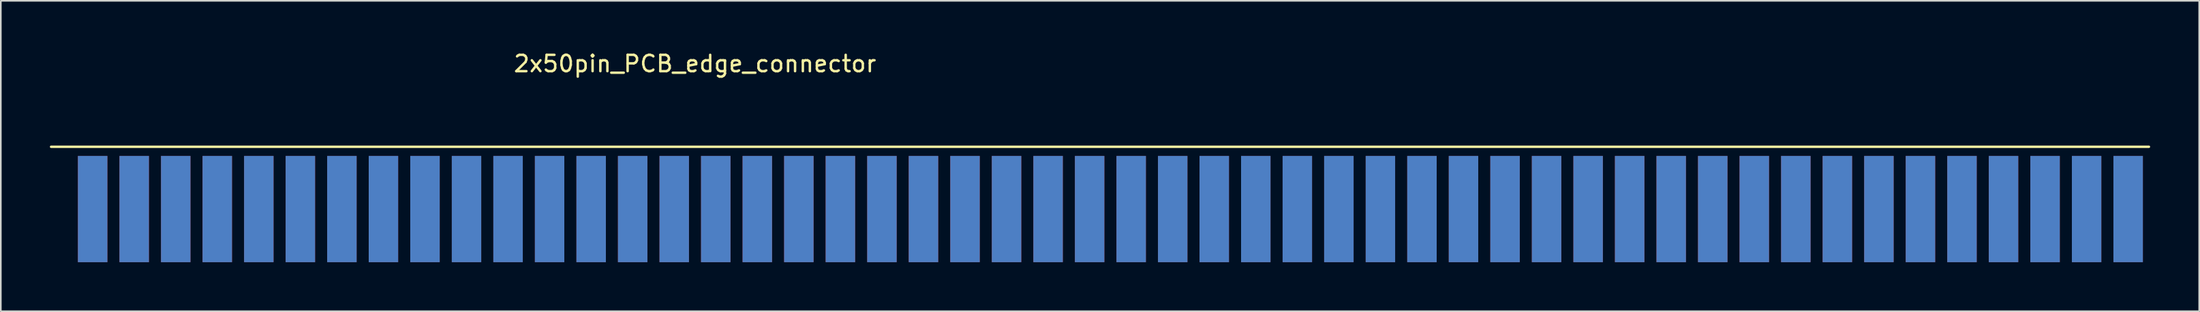
<source format=kicad_pcb>
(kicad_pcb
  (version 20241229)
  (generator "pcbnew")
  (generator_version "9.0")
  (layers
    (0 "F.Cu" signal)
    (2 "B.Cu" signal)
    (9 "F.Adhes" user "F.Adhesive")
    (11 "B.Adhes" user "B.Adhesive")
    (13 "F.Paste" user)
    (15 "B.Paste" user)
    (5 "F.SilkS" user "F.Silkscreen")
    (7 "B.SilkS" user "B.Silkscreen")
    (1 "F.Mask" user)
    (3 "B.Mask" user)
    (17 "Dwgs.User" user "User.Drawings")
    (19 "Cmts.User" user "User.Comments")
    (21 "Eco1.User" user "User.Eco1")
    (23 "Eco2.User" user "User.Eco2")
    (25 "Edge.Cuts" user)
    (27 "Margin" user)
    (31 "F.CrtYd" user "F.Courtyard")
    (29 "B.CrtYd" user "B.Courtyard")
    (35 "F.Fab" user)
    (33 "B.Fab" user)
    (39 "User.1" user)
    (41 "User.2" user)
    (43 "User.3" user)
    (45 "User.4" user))
  (footprint "2x50pin_PCB_edge_connector"
    (layer "F.Cu")
    (at 2.615 9.738)
    (property "Reference" "2x50pin_PCB_edge_connector" (at 36.83 -8.89 0) (layer "F.SilkS") (effects (font (size 1 1) (thickness 0.15))))
    (attr through_hole)
    (fp_line (start -2.54 -3.81) (end 125.73 -3.81) (stroke (width 0.15) (type solid)) (layer "F.SilkS"))
    (pad "1" connect rect (at 0 0) (size 1.8 6.5) (layers "F.Mask" "B.Cu"))
    (pad "2" connect rect (at 0 0) (size 1.8 6.5) (layers "F.Cu" "F.Mask"))
    (pad "3" connect rect (at 2.54 0) (size 1.8 6.5) (layers "F.Mask" "B.Cu"))
    (pad "4" connect rect (at 2.54 0) (size 1.8 6.5) (layers "F.Cu" "F.Mask"))
    (pad "5" connect rect (at 5.08 0) (size 1.8 6.5) (layers "F.Mask" "B.Cu"))
    (pad "6" connect rect (at 5.08 0) (size 1.8 6.5) (layers "F.Cu" "F.Mask"))
    (pad "7" connect rect (at 7.62 0) (size 1.8 6.5) (layers "F.Mask" "B.Cu"))
    (pad "8" connect rect (at 7.62 0) (size 1.8 6.5) (layers "F.Cu" "F.Mask"))
    (pad "9" connect rect (at 10.16 0) (size 1.8 6.5) (layers "F.Mask" "B.Cu"))
    (pad "10" connect rect (at 10.16 0) (size 1.8 6.5) (layers "F.Cu" "F.Mask"))
    (pad "11" connect rect (at 12.7 0) (size 1.8 6.5) (layers "F.Mask" "B.Cu"))
    (pad "12" connect rect (at 12.7 0) (size 1.8 6.5) (layers "F.Cu" "F.Mask"))
    (pad "13" connect rect (at 15.24 0) (size 1.8 6.5) (layers "F.Mask" "B.Cu"))
    (pad "14" connect rect (at 15.24 0) (size 1.8 6.5) (layers "F.Cu" "F.Mask"))
    (pad "15" connect rect (at 17.78 0) (size 1.8 6.5) (layers "F.Mask" "B.Cu"))
    (pad "16" connect rect (at 17.78 0) (size 1.8 6.5) (layers "F.Cu" "F.Mask"))
    (pad "17" connect rect (at 20.32 0) (size 1.8 6.5) (layers "F.Mask" "B.Cu"))
    (pad "18" connect rect (at 20.32 0) (size 1.8 6.5) (layers "F.Cu" "F.Mask"))
    (pad "19" connect rect (at 22.86 0) (size 1.8 6.5) (layers "F.Mask" "B.Cu"))
    (pad "20" connect rect (at 22.86 0) (size 1.8 6.5) (layers "F.Cu" "F.Mask"))
    (pad "21" connect rect (at 25.4 0) (size 1.8 6.5) (layers "F.Mask" "B.Cu"))
    (pad "22" connect rect (at 25.4 0) (size 1.8 6.5) (layers "F.Cu" "F.Mask"))
    (pad "23" connect rect (at 27.94 0) (size 1.8 6.5) (layers "F.Mask" "B.Cu"))
    (pad "24" connect rect (at 27.94 0) (size 1.8 6.5) (layers "F.Cu" "F.Mask"))
    (pad "25" connect rect (at 30.48 0) (size 1.8 6.5) (layers "F.Mask" "B.Cu"))
    (pad "26" connect rect (at 30.48 0) (size 1.8 6.5) (layers "F.Cu" "F.Mask"))
    (pad "27" connect rect (at 33.02 0) (size 1.8 6.5) (layers "F.Mask" "B.Cu"))
    (pad "28" connect rect (at 33.02 0) (size 1.8 6.5) (layers "F.Cu" "F.Mask"))
    (pad "29" connect rect (at 35.56 0) (size 1.8 6.5) (layers "F.Mask" "B.Cu"))
    (pad "30" connect rect (at 35.56 0) (size 1.8 6.5) (layers "F.Cu" "F.Mask"))
    (pad "31" connect rect (at 38.1 0) (size 1.8 6.5) (layers "F.Mask" "B.Cu"))
    (pad "32" connect rect (at 38.1 0) (size 1.8 6.5) (layers "F.Cu" "F.Mask"))
    (pad "33" connect rect (at 40.64 0) (size 1.8 6.5) (layers "F.Mask" "B.Cu"))
    (pad "34" connect rect (at 40.64 0) (size 1.8 6.5) (layers "F.Cu" "F.Mask"))
    (pad "35" connect rect (at 43.18 0) (size 1.8 6.5) (layers "F.Mask" "B.Cu"))
    (pad "36" connect rect (at 43.18 0) (size 1.8 6.5) (layers "F.Cu" "F.Mask"))
    (pad "37" connect rect (at 45.72 0) (size 1.8 6.5) (layers "F.Mask" "B.Cu"))
    (pad "38" connect rect (at 45.72 0) (size 1.8 6.5) (layers "F.Cu" "F.Mask"))
    (pad "39" connect rect (at 48.26 0) (size 1.8 6.5) (layers "F.Mask" "B.Cu"))
    (pad "40" connect rect (at 48.26 0) (size 1.8 6.5) (layers "F.Cu" "F.Mask"))
    (pad "41" connect rect (at 50.8 0) (size 1.8 6.5) (layers "F.Mask" "B.Cu"))
    (pad "42" connect rect (at 50.8 0) (size 1.8 6.5) (layers "F.Cu" "F.Mask"))
    (pad "43" connect rect (at 53.34 0) (size 1.8 6.5) (layers "F.Mask" "B.Cu"))
    (pad "44" connect rect (at 53.34 0) (size 1.8 6.5) (layers "F.Cu" "F.Mask"))
    (pad "45" connect rect (at 55.88 0) (size 1.8 6.5) (layers "F.Mask" "B.Cu"))
    (pad "46" connect rect (at 55.88 0) (size 1.8 6.5) (layers "F.Cu" "F.Mask"))
    (pad "47" connect rect (at 58.42 0) (size 1.8 6.5) (layers "F.Mask" "B.Cu"))
    (pad "48" connect rect (at 58.42 0) (size 1.8 6.5) (layers "F.Cu" "F.Mask"))
    (pad "49" connect rect (at 60.96 0) (size 1.8 6.5) (layers "F.Mask" "B.Cu"))
    (pad "50" connect rect (at 60.96 0) (size 1.8 6.5) (layers "F.Cu" "F.Mask"))
    (pad "51" connect rect (at 63.5 0) (size 1.8 6.5) (layers "F.Mask" "B.Cu"))
    (pad "52" connect rect (at 63.5 0) (size 1.8 6.5) (layers "F.Cu" "F.Mask"))
    (pad "53" connect rect (at 66.04 0) (size 1.8 6.5) (layers "F.Mask" "B.Cu"))
    (pad "54" connect rect (at 66.04 0) (size 1.8 6.5) (layers "F.Cu" "F.Mask"))
    (pad "55" connect rect (at 68.58 0) (size 1.8 6.5) (layers "F.Mask" "B.Cu"))
    (pad "56" connect rect (at 68.58 0) (size 1.8 6.5) (layers "F.Cu" "F.Mask"))
    (pad "57" connect rect (at 71.12 0) (size 1.8 6.5) (layers "F.Mask" "B.Cu"))
    (pad "58" connect rect (at 71.12 0) (size 1.8 6.5) (layers "F.Cu" "F.Mask"))
    (pad "59" connect rect (at 73.66 0) (size 1.8 6.5) (layers "F.Mask" "B.Cu"))
    (pad "60" connect rect (at 73.66 0) (size 1.8 6.5) (layers "F.Cu" "F.Mask"))
    (pad "61" connect rect (at 76.2 0) (size 1.8 6.5) (layers "F.Mask" "B.Cu"))
    (pad "62" connect rect (at 76.2 0) (size 1.8 6.5) (layers "F.Cu" "F.Mask"))
    (pad "63" connect rect (at 78.74 0) (size 1.8 6.5) (layers "F.Mask" "B.Cu"))
    (pad "64" connect rect (at 78.74 0) (size 1.8 6.5) (layers "F.Cu" "F.Mask"))
    (pad "65" connect rect (at 81.28 0) (size 1.8 6.5) (layers "F.Mask" "B.Cu"))
    (pad "66" connect rect (at 81.28 0) (size 1.8 6.5) (layers "F.Cu" "F.Mask"))
    (pad "67" connect rect (at 83.82 0) (size 1.8 6.5) (layers "F.Mask" "B.Cu"))
    (pad "68" connect rect (at 83.82 0) (size 1.8 6.5) (layers "F.Cu" "F.Mask"))
    (pad "69" connect rect (at 86.36 0) (size 1.8 6.5) (layers "F.Mask" "B.Cu"))
    (pad "70" connect rect (at 86.36 0) (size 1.8 6.5) (layers "F.Cu" "F.Mask"))
    (pad "71" connect rect (at 88.9 0) (size 1.8 6.5) (layers "F.Mask" "B.Cu"))
    (pad "72" connect rect (at 88.9 0) (size 1.8 6.5) (layers "F.Cu" "F.Mask"))
    (pad "73" connect rect (at 91.44 0) (size 1.8 6.5) (layers "F.Mask" "B.Cu"))
    (pad "74" connect rect (at 91.44 0) (size 1.8 6.5) (layers "F.Cu" "F.Mask"))
    (pad "75" connect rect (at 93.98 0) (size 1.8 6.5) (layers "F.Mask" "B.Cu"))
    (pad "76" connect rect (at 93.98 0) (size 1.8 6.5) (layers "F.Cu" "F.Mask"))
    (pad "77" connect rect (at 96.52 0) (size 1.8 6.5) (layers "F.Mask" "B.Cu"))
    (pad "78" connect rect (at 96.52 0) (size 1.8 6.5) (layers "F.Cu" "F.Mask"))
    (pad "79" connect rect (at 99.06 0) (size 1.8 6.5) (layers "F.Mask" "B.Cu"))
    (pad "80" connect rect (at 99.06 0) (size 1.8 6.5) (layers "F.Cu" "F.Mask"))
    (pad "81" connect rect (at 101.6 0) (size 1.8 6.5) (layers "F.Mask" "B.Cu"))
    (pad "82" connect rect (at 101.6 0) (size 1.8 6.5) (layers "F.Cu" "F.Mask"))
    (pad "83" connect rect (at 104.14 0) (size 1.8 6.5) (layers "F.Mask" "B.Cu"))
    (pad "84" connect rect (at 104.14 0) (size 1.8 6.5) (layers "F.Cu" "F.Mask"))
    (pad "85" connect rect (at 106.68 0) (size 1.8 6.5) (layers "F.Mask" "B.Cu"))
    (pad "86" connect rect (at 106.68 0) (size 1.8 6.5) (layers "F.Cu" "F.Mask"))
    (pad "87" connect rect (at 109.22 0) (size 1.8 6.5) (layers "F.Mask" "B.Cu"))
    (pad "88" connect rect (at 109.22 0) (size 1.8 6.5) (layers "F.Cu" "F.Mask"))
    (pad "89" connect rect (at 111.76 0) (size 1.8 6.5) (layers "F.Mask" "B.Cu"))
    (pad "90" connect rect (at 111.76 0) (size 1.8 6.5) (layers "F.Cu" "F.Mask"))
    (pad "91" connect rect (at 114.3 0) (size 1.8 6.5) (layers "F.Mask" "B.Cu"))
    (pad "92" connect rect (at 114.3 0) (size 1.8 6.5) (layers "F.Cu" "F.Mask"))
    (pad "93" connect rect (at 116.84 0) (size 1.8 6.5) (layers "F.Mask" "B.Cu"))
    (pad "94" connect rect (at 116.84 0) (size 1.8 6.5) (layers "F.Cu" "F.Mask"))
    (pad "95" connect rect (at 119.38 0) (size 1.8 6.5) (layers "F.Mask" "B.Cu"))
    (pad "96" connect rect (at 119.38 0) (size 1.8 6.5) (layers "F.Cu" "F.Mask"))
    (pad "97" connect rect (at 121.92 0) (size 1.8 6.5) (layers "F.Mask" "B.Cu"))
    (pad "98" connect rect (at 121.92 0) (size 1.8 6.5) (layers "F.Cu" "F.Mask"))
    (pad "99" connect rect (at 124.46 0) (size 1.8 6.5) (layers "F.Mask" "B.Cu"))
    (pad "100" connect rect (at 124.46 0) (size 1.8 6.5) (layers "F.Cu" "F.Mask")))
  (gr_rect
    (start -3 -3)
    (end 131.42 15.988)
    (stroke (width 0.1) (type default))
    (fill no)
    (layer "Edge.Cuts")))
</source>
